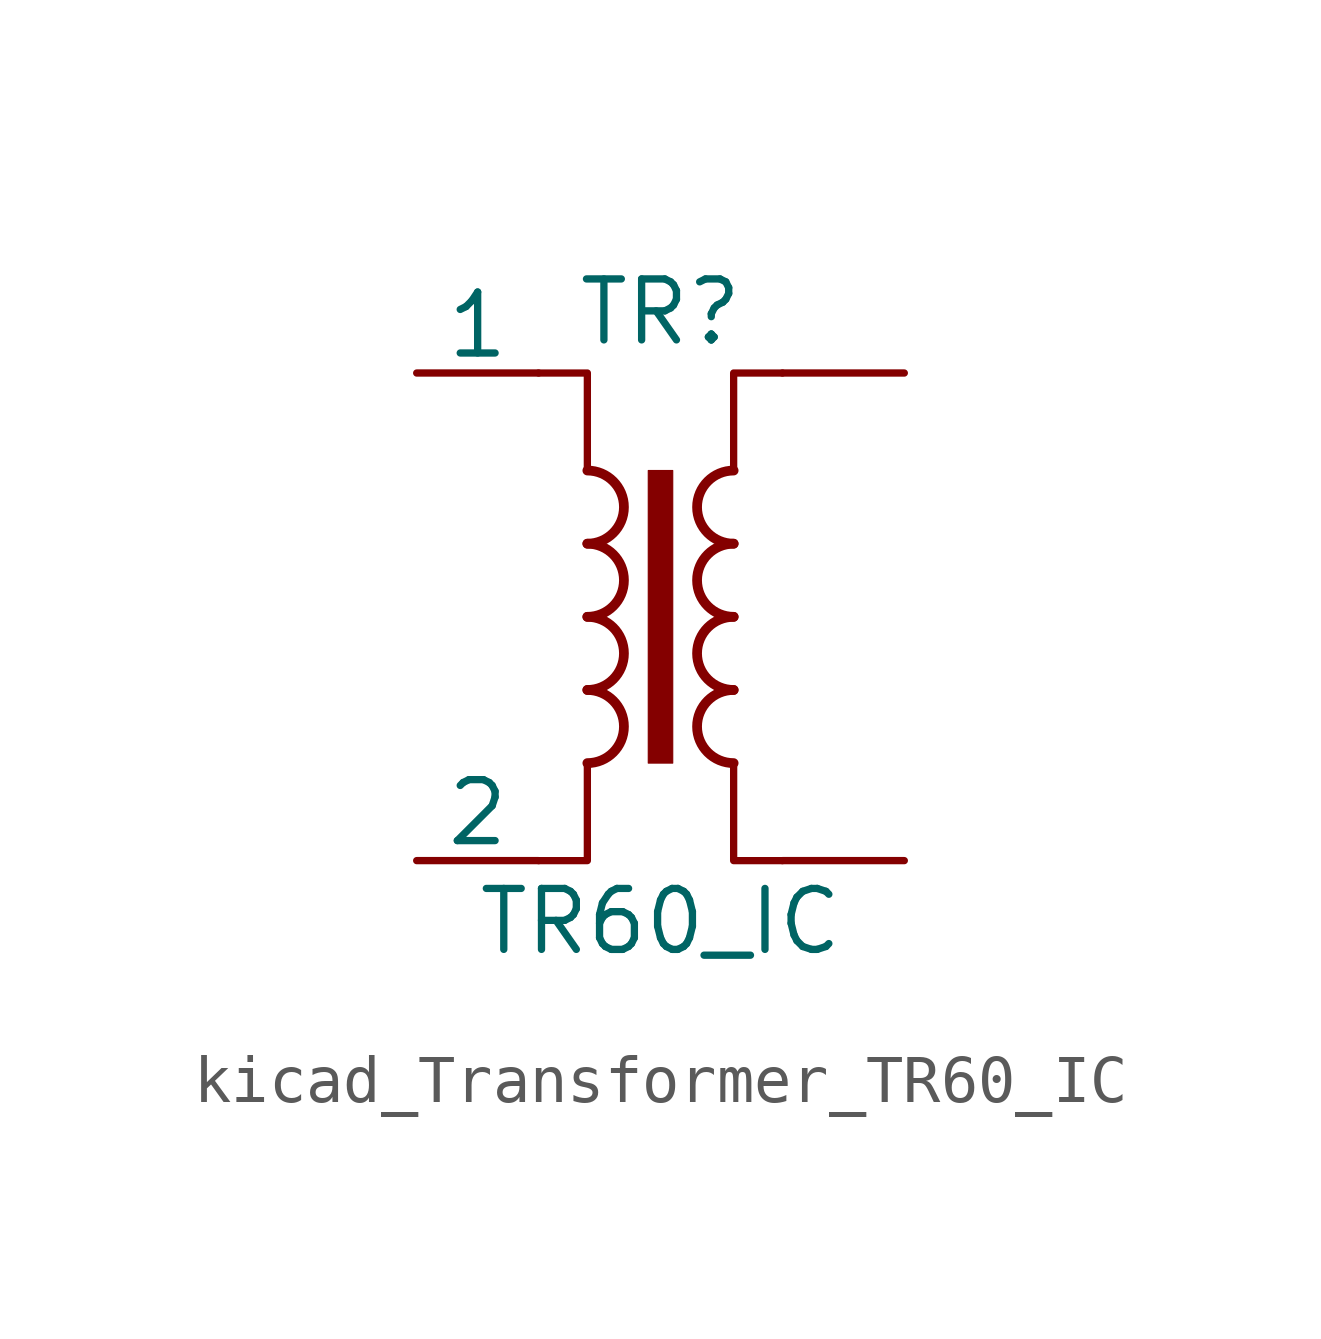
<source format=kicad_sym>
(kicad_symbol_lib
  (version 20220914)
  (generator kicad_symbol_editor)
  (symbol "kicad_Transformer_TR60_IC"
    (pin_numbers hide)
    (pin_names
      (offset 0))
    (property "Reference" "TR"
      (at 0 6.35 0)
      (effects (font (size 1.27 1.27))))
    (property "Value" "TR60_IC"
      (at 0 -6.35 0)
      (effects (font (size 1.27 1.27))))
    (symbol "kicad_Transformer_TR60_IC_0_1"
      (arc (start -1.524 -3.048) (mid -0.7653 -2.286) (end -1.524 -1.524) (stroke (width 0.2032) (type default)) (fill (type none)))
      (arc (start -1.524 -1.524) (mid -0.7653 -0.762) (end -1.524 0) (stroke (width 0.2032) (type default)) (fill (type none)))
      (arc (start -1.524 0) (mid -0.7653 0.762) (end -1.524 1.524) (stroke (width 0.2032) (type default)) (fill (type none)))
      (arc (start -1.524 1.524) (mid -0.7653 2.286) (end -1.524 3.048) (stroke (width 0.2032) (type default)) (fill (type none)))
      (rectangle (start -0.254 3.048) (end 0.254 -3.048) (stroke (width 0.025) (type default)) (fill (type outline)))
      (polyline (pts (xy -2.54 5.08) (xy -1.524 5.08) (xy -1.524 3.048) (xy -1.524 3.048)) (stroke (width 0.152) (type default)) (fill (type none)))
      (polyline (pts (xy -1.524 -3.048) (xy -1.524 -5.08) (xy -2.54 -5.08) (xy -2.54 -5.08)) (stroke (width 0.152) (type default)) (fill (type none)))
      (polyline (pts (xy 1.524 3.048) (xy 1.524 5.08) (xy 2.54 5.08) (xy 2.54 5.08)) (stroke (width 0.152) (type default)) (fill (type none)))
      (polyline (pts (xy 2.54 -5.08) (xy 1.524 -5.08) (xy 1.524 -3.048) (xy 1.524 -3.048)) (stroke (width 0.152) (type default)) (fill (type none)))
      (arc (start 1.524 -1.524) (mid 0.7653 -2.286) (end 1.524 -3.048) (stroke (width 0.2032) (type default)) (fill (type none)))
      (arc (start 1.524 0) (mid 0.7653 -0.762) (end 1.524 -1.524) (stroke (width 0.2032) (type default)) (fill (type none)))
      (arc (start 1.524 1.524) (mid 0.7653 0.762) (end 1.524 0) (stroke (width 0.2032) (type default)) (fill (type none)))
      (arc (start 1.524 3.048) (mid 0.7653 2.286) (end 1.524 1.524) (stroke (width 0.2032) (type default)) (fill (type none))))
    (symbol "kicad_Transformer_TR60_IC_1_1"
      (pin passive line (at -5.08 5.08 0) (length 2.54) (name "1" (effects (font (size 1.27 1.27)))) (number "1" (effects (font (size 1.27 1.27)))))
      (pin passive line (at -5.08 -5.08 0) (length 2.54) (name "2" (effects (font (size 1.27 1.27)))) (number "2" (effects (font (size 1.27 1.27)))))
      (pin passive line (at 5.08 5.08 180) (length 2.54) (name "~" (effects (font (size 1.27 1.27)))) (number "3" (effects (font (size 1.27 1.27)))))
      (pin passive line (at 5.08 -5.08 180) (length 2.54) (name "~" (effects (font (size 1.27 1.27)))) (number "4" (effects (font (size 1.27 1.27))))))))
</source>
